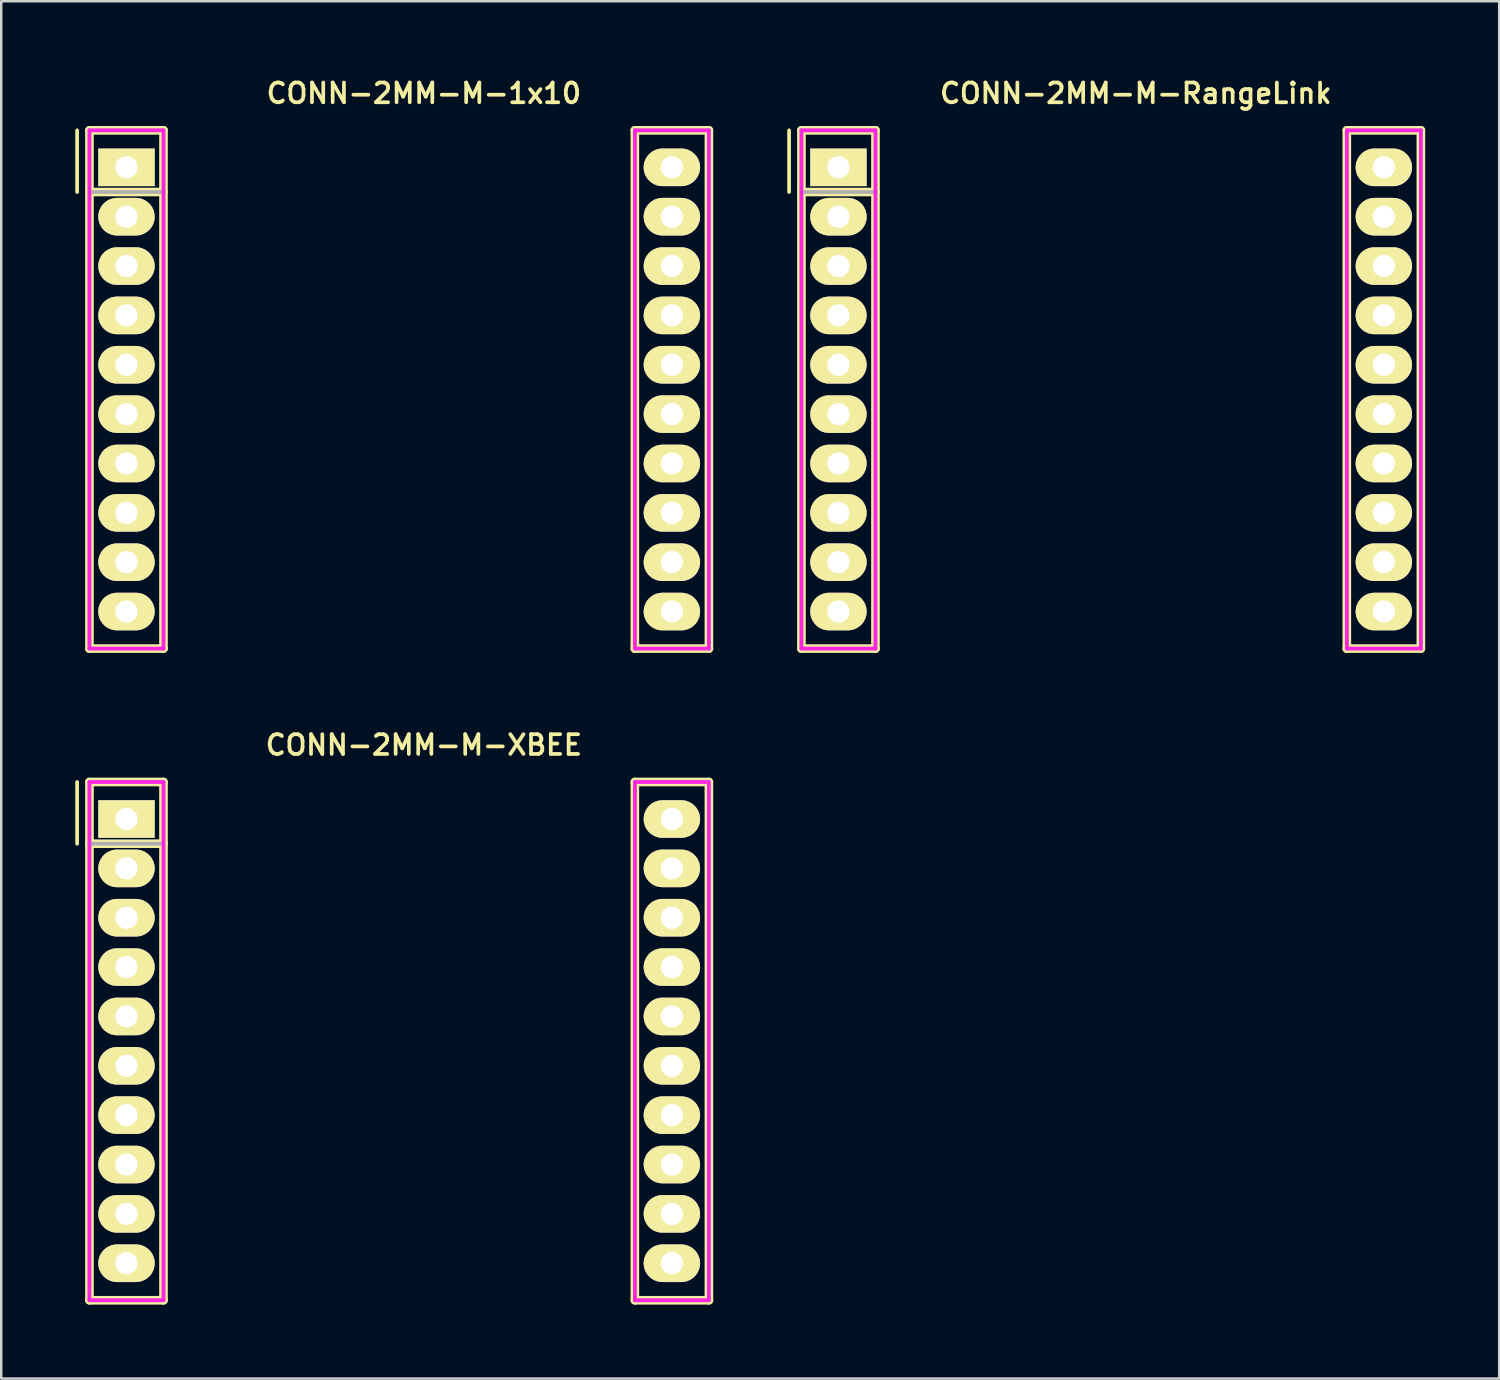
<source format=kicad_pcb>
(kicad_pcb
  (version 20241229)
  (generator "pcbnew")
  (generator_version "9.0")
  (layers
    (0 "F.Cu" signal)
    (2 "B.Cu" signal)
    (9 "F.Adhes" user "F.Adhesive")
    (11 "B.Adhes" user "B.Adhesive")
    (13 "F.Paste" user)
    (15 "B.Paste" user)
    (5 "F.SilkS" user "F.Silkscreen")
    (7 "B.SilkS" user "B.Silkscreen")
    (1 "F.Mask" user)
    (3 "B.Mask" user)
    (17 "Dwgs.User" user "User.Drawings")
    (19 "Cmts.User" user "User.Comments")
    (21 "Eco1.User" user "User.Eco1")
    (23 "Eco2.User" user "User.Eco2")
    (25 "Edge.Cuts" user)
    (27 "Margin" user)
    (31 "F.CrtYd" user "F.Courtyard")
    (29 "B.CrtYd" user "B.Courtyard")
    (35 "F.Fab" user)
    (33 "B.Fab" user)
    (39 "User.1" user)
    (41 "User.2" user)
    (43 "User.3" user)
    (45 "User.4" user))
  (footprint "CONN-2MM-M-RangeLink"
    (layer "F.Cu")
    (at 41.975 12.731)
    (property "Reference" "CONN-2MM-M-RangeLink" (at 1 -12 0) (layer "F.SilkS") (effects (font (size 0.8 0.8) (thickness 0.15))))
    (attr through_hole)
    (fp_line (start -13.05 -10.5) (end -13.05 -8) (stroke (width 0.15) (type solid)) (layer "F.SilkS"))
    (fp_line (start -12.55 -10.5) (end -9.55 -10.5) (stroke (width 0.35) (type solid)) (layer "F.SilkS"))
    (fp_line (start -12.55 10.5) (end -12.55 -10.5) (stroke (width 0.35) (type solid)) (layer "F.SilkS"))
    (fp_line (start -9.55 -10.5) (end -9.55 10.5) (stroke (width 0.35) (type solid)) (layer "F.SilkS"))
    (fp_line (start -9.55 -8) (end -12.55 -8) (stroke (width 0.35) (type solid)) (layer "F.SilkS"))
    (fp_line (start -9.55 10.5) (end -12.55 10.5) (stroke (width 0.35) (type solid)) (layer "F.SilkS"))
    (fp_line (start 9.55 -10.5) (end 12.55 -10.5) (stroke (width 0.35) (type solid)) (layer "F.SilkS"))
    (fp_line (start 9.55 10.5) (end 9.55 -10.5) (stroke (width 0.35) (type solid)) (layer "F.SilkS"))
    (fp_line (start 12.55 -10.5) (end 12.55 10.5) (stroke (width 0.35) (type solid)) (layer "F.SilkS"))
    (fp_line (start 12.55 10.5) (end 9.55 10.5) (stroke (width 0.35) (type solid)) (layer "F.SilkS"))
    (fp_line (start -12.55 -10.5) (end -9.55 -10.5) (stroke (width 0.15) (type solid)) (layer "F.CrtYd"))
    (fp_line (start -12.55 10.5) (end -12.55 -10.5) (stroke (width 0.15) (type solid)) (layer "F.CrtYd"))
    (fp_line (start -9.55 -10.5) (end -9.55 10.5) (stroke (width 0.15) (type solid)) (layer "F.CrtYd"))
    (fp_line (start -9.55 10.5) (end -12.55 10.5) (stroke (width 0.15) (type solid)) (layer "F.CrtYd"))
    (fp_line (start 9.55 -10.5) (end 12.55 -10.5) (stroke (width 0.15) (type solid)) (layer "F.CrtYd"))
    (fp_line (start 9.55 10.5) (end 9.55 -10.5) (stroke (width 0.15) (type solid)) (layer "F.CrtYd"))
    (fp_line (start 12.55 -10.5) (end 12.55 10.5) (stroke (width 0.15) (type solid)) (layer "F.CrtYd"))
    (fp_line (start 12.55 10.5) (end 9.55 10.5) (stroke (width 0.15) (type solid)) (layer "F.CrtYd"))
    (fp_line (start -12.55 -10.5) (end -9.55 -10.5) (stroke (width 0.15) (type solid)) (layer "F.Fab"))
    (fp_line (start -12.55 10.5) (end -12.55 -10.5) (stroke (width 0.15) (type solid)) (layer "F.Fab"))
    (fp_line (start -9.55 -10.5) (end -9.55 10.5) (stroke (width 0.15) (type solid)) (layer "F.Fab"))
    (fp_line (start -9.55 -8) (end -12.55 -8) (stroke (width 0.15) (type solid)) (layer "F.Fab"))
    (fp_line (start -9.55 10.5) (end -12.55 10.5) (stroke (width 0.15) (type solid)) (layer "F.Fab"))
    (fp_line (start 9.55 -10.5) (end 12.55 -10.5) (stroke (width 0.15) (type solid)) (layer "F.Fab"))
    (fp_line (start 9.55 10.5) (end 9.55 -10.5) (stroke (width 0.15) (type solid)) (layer "F.Fab"))
    (fp_line (start 12.55 -10.5) (end 12.55 10.5) (stroke (width 0.15) (type solid)) (layer "F.Fab"))
    (fp_line (start 12.55 10.5) (end 9.55 10.5) (stroke (width 0.15) (type solid)) (layer "F.Fab"))
    (pad "1" thru_hole rect (at -11.05 -9 270) (size 1.524 2.286) (drill 0.9) (layers "*.Cu" "*.Mask" "F.SilkS"))
    (pad "2" thru_hole oval (at -11.05 -7 270) (size 1.524 2.286) (drill 0.9) (layers "*.Cu" "*.Mask" "F.SilkS"))
    (pad "3" thru_hole oval (at -11.05 -5 270) (size 1.524 2.286) (drill 0.9) (layers "*.Cu" "*.Mask" "F.SilkS"))
    (pad "4" thru_hole oval (at -11.05 -3 270) (size 1.524 2.286) (drill 0.9) (layers "*.Cu" "*.Mask" "F.SilkS"))
    (pad "5" thru_hole oval (at -11.05 -1 270) (size 1.524 2.286) (drill 0.9) (layers "*.Cu" "*.Mask" "F.SilkS"))
    (pad "6" thru_hole oval (at -11.05 1 270) (size 1.524 2.286) (drill 0.9) (layers "*.Cu" "*.Mask" "F.SilkS"))
    (pad "7" thru_hole oval (at -11.05 3 270) (size 1.524 2.286) (drill 0.9) (layers "*.Cu" "*.Mask" "F.SilkS"))
    (pad "8" thru_hole oval (at -11.05 5 270) (size 1.524 2.286) (drill 0.9) (layers "*.Cu" "*.Mask" "F.SilkS"))
    (pad "9" thru_hole oval (at -11.05 7 270) (size 1.524 2.286) (drill 0.9) (layers "*.Cu" "*.Mask" "F.SilkS"))
    (pad "10" thru_hole oval (at -11.05 9 270) (size 1.524 2.286) (drill 0.9) (layers "*.Cu" "*.Mask" "F.SilkS"))
    (pad "11" thru_hole oval (at 11.05 9 270) (size 1.524 2.286) (drill 0.9) (layers "*.Cu" "*.Mask" "F.SilkS"))
    (pad "12" thru_hole oval (at 11.05 7 270) (size 1.524 2.286) (drill 0.9) (layers "*.Cu" "*.Mask" "F.SilkS"))
    (pad "13" thru_hole oval (at 11.05 5 270) (size 1.524 2.286) (drill 0.9) (layers "*.Cu" "*.Mask" "F.SilkS"))
    (pad "14" thru_hole oval (at 11.05 3 270) (size 1.524 2.286) (drill 0.9) (layers "*.Cu" "*.Mask" "F.SilkS"))
    (pad "15" thru_hole oval (at 11.05 1 270) (size 1.524 2.286) (drill 0.9) (layers "*.Cu" "*.Mask" "F.SilkS"))
    (pad "16" thru_hole oval (at 11.05 -1 270) (size 1.524 2.286) (drill 0.9) (layers "*.Cu" "*.Mask" "F.SilkS"))
    (pad "17" thru_hole oval (at 11.05 -3 270) (size 1.524 2.286) (drill 0.9) (layers "*.Cu" "*.Mask" "F.SilkS"))
    (pad "18" thru_hole oval (at 11.05 -5 270) (size 1.524 2.286) (drill 0.9) (layers "*.Cu" "*.Mask" "F.SilkS"))
    (pad "19" thru_hole oval (at 11.05 -7 270) (size 1.524 2.286) (drill 0.9) (layers "*.Cu" "*.Mask" "F.SilkS"))
    (pad "20" thru_hole oval (at 11.05 -9 270) (size 1.524 2.286) (drill 0.9) (layers "*.Cu" "*.Mask" "F.SilkS")))
  (footprint "CONN-2MM-M-XBEE"
    (layer "F.Cu")
    (at 13.125 39.138)
    (property "Reference" "CONN-2MM-M-XBEE" (at 1 -12 0) (layer "F.SilkS") (effects (font (size 0.8 0.8) (thickness 0.15))))
    (attr through_hole)
    (fp_line (start -13.05 -10.5) (end -13.05 -8) (stroke (width 0.15) (type solid)) (layer "F.SilkS"))
    (fp_line (start -12.55 -10.5) (end -9.55 -10.5) (stroke (width 0.35) (type solid)) (layer "F.SilkS"))
    (fp_line (start -12.55 10.5) (end -12.55 -10.5) (stroke (width 0.35) (type solid)) (layer "F.SilkS"))
    (fp_line (start -9.55 -10.5) (end -9.55 10.5) (stroke (width 0.35) (type solid)) (layer "F.SilkS"))
    (fp_line (start -9.55 -8) (end -12.55 -8) (stroke (width 0.35) (type solid)) (layer "F.SilkS"))
    (fp_line (start -9.55 10.5) (end -12.55 10.5) (stroke (width 0.35) (type solid)) (layer "F.SilkS"))
    (fp_line (start 9.55 -10.5) (end 12.55 -10.5) (stroke (width 0.35) (type solid)) (layer "F.SilkS"))
    (fp_line (start 9.55 10.5) (end 9.55 -10.5) (stroke (width 0.35) (type solid)) (layer "F.SilkS"))
    (fp_line (start 12.55 -10.5) (end 12.55 10.5) (stroke (width 0.35) (type solid)) (layer "F.SilkS"))
    (fp_line (start 12.55 10.5) (end 9.55 10.5) (stroke (width 0.35) (type solid)) (layer "F.SilkS"))
    (fp_line (start -12.55 -10.5) (end -9.55 -10.5) (stroke (width 0.15) (type solid)) (layer "F.CrtYd"))
    (fp_line (start -12.55 10.5) (end -12.55 -10.5) (stroke (width 0.15) (type solid)) (layer "F.CrtYd"))
    (fp_line (start -9.55 -10.5) (end -9.55 10.5) (stroke (width 0.15) (type solid)) (layer "F.CrtYd"))
    (fp_line (start -9.55 10.5) (end -12.55 10.5) (stroke (width 0.15) (type solid)) (layer "F.CrtYd"))
    (fp_line (start 9.55 -10.5) (end 12.55 -10.5) (stroke (width 0.15) (type solid)) (layer "F.CrtYd"))
    (fp_line (start 9.55 10.5) (end 9.55 -10.5) (stroke (width 0.15) (type solid)) (layer "F.CrtYd"))
    (fp_line (start 12.55 -10.5) (end 12.55 10.5) (stroke (width 0.15) (type solid)) (layer "F.CrtYd"))
    (fp_line (start 12.55 10.5) (end 9.55 10.5) (stroke (width 0.15) (type solid)) (layer "F.CrtYd"))
    (fp_line (start -12.55 -10.5) (end -9.55 -10.5) (stroke (width 0.15) (type solid)) (layer "F.Fab"))
    (fp_line (start -12.55 10.5) (end -12.55 -10.5) (stroke (width 0.15) (type solid)) (layer "F.Fab"))
    (fp_line (start -9.55 -10.5) (end -9.55 10.5) (stroke (width 0.15) (type solid)) (layer "F.Fab"))
    (fp_line (start -9.55 -8) (end -12.55 -8) (stroke (width 0.15) (type solid)) (layer "F.Fab"))
    (fp_line (start -9.55 10.5) (end -12.55 10.5) (stroke (width 0.15) (type solid)) (layer "F.Fab"))
    (fp_line (start 9.55 -10.5) (end 12.55 -10.5) (stroke (width 0.15) (type solid)) (layer "F.Fab"))
    (fp_line (start 9.55 10.5) (end 9.55 -10.5) (stroke (width 0.15) (type solid)) (layer "F.Fab"))
    (fp_line (start 12.55 -10.5) (end 12.55 10.5) (stroke (width 0.15) (type solid)) (layer "F.Fab"))
    (fp_line (start 12.55 10.5) (end 9.55 10.5) (stroke (width 0.15) (type solid)) (layer "F.Fab"))
    (pad "1" thru_hole rect (at -11.05 -9 270) (size 1.524 2.286) (drill 0.9) (layers "*.Cu" "*.Mask" "F.SilkS"))
    (pad "2" thru_hole oval (at -11.05 -7 270) (size 1.524 2.286) (drill 0.9) (layers "*.Cu" "*.Mask" "F.SilkS"))
    (pad "3" thru_hole oval (at -11.05 -5 270) (size 1.524 2.286) (drill 0.9) (layers "*.Cu" "*.Mask" "F.SilkS"))
    (pad "4" thru_hole oval (at -11.05 -3 270) (size 1.524 2.286) (drill 0.9) (layers "*.Cu" "*.Mask" "F.SilkS"))
    (pad "5" thru_hole oval (at -11.05 -1 270) (size 1.524 2.286) (drill 0.9) (layers "*.Cu" "*.Mask" "F.SilkS"))
    (pad "6" thru_hole oval (at -11.05 1 270) (size 1.524 2.286) (drill 0.9) (layers "*.Cu" "*.Mask" "F.SilkS"))
    (pad "7" thru_hole oval (at -11.05 3 270) (size 1.524 2.286) (drill 0.9) (layers "*.Cu" "*.Mask" "F.SilkS"))
    (pad "8" thru_hole oval (at -11.05 5 270) (size 1.524 2.286) (drill 0.9) (layers "*.Cu" "*.Mask" "F.SilkS"))
    (pad "9" thru_hole oval (at -11.05 7 270) (size 1.524 2.286) (drill 0.9) (layers "*.Cu" "*.Mask" "F.SilkS"))
    (pad "10" thru_hole oval (at -11.05 9 270) (size 1.524 2.286) (drill 0.9) (layers "*.Cu" "*.Mask" "F.SilkS"))
    (pad "11" thru_hole oval (at 11.05 9 270) (size 1.524 2.286) (drill 0.9) (layers "*.Cu" "*.Mask" "F.SilkS"))
    (pad "12" thru_hole oval (at 11.05 7 270) (size 1.524 2.286) (drill 0.9) (layers "*.Cu" "*.Mask" "F.SilkS"))
    (pad "13" thru_hole oval (at 11.05 5 270) (size 1.524 2.286) (drill 0.9) (layers "*.Cu" "*.Mask" "F.SilkS"))
    (pad "14" thru_hole oval (at 11.05 3 270) (size 1.524 2.286) (drill 0.9) (layers "*.Cu" "*.Mask" "F.SilkS"))
    (pad "15" thru_hole oval (at 11.05 1 270) (size 1.524 2.286) (drill 0.9) (layers "*.Cu" "*.Mask" "F.SilkS"))
    (pad "16" thru_hole oval (at 11.05 -1 270) (size 1.524 2.286) (drill 0.9) (layers "*.Cu" "*.Mask" "F.SilkS"))
    (pad "17" thru_hole oval (at 11.05 -3 270) (size 1.524 2.286) (drill 0.9) (layers "*.Cu" "*.Mask" "F.SilkS"))
    (pad "18" thru_hole oval (at 11.05 -5 270) (size 1.524 2.286) (drill 0.9) (layers "*.Cu" "*.Mask" "F.SilkS"))
    (pad "19" thru_hole oval (at 11.05 -7 270) (size 1.524 2.286) (drill 0.9) (layers "*.Cu" "*.Mask" "F.SilkS"))
    (pad "20" thru_hole oval (at 11.05 -9 270) (size 1.524 2.286) (drill 0.9) (layers "*.Cu" "*.Mask" "F.SilkS")))
  (footprint "CONN-2MM-M-1x10"
    (layer "F.Cu")
    (at 13.125 12.731)
    (property "Reference" "CONN-2MM-M-1x10" (at 1 -12 0) (layer "F.SilkS") (effects (font (size 0.8 0.8) (thickness 0.15))))
    (attr through_hole)
    (fp_line (start -13.05 -10.5) (end -13.05 -8) (stroke (width 0.15) (type solid)) (layer "F.SilkS"))
    (fp_line (start -12.55 -10.5) (end -9.55 -10.5) (stroke (width 0.35) (type solid)) (layer "F.SilkS"))
    (fp_line (start -12.55 10.5) (end -12.55 -10.5) (stroke (width 0.35) (type solid)) (layer "F.SilkS"))
    (fp_line (start -9.55 -10.5) (end -9.55 10.5) (stroke (width 0.35) (type solid)) (layer "F.SilkS"))
    (fp_line (start -9.55 -8) (end -12.55 -8) (stroke (width 0.35) (type solid)) (layer "F.SilkS"))
    (fp_line (start -9.55 10.5) (end -12.55 10.5) (stroke (width 0.35) (type solid)) (layer "F.SilkS"))
    (fp_line (start 9.55 -10.5) (end 12.55 -10.5) (stroke (width 0.35) (type solid)) (layer "F.SilkS"))
    (fp_line (start 9.55 10.5) (end 9.55 -10.5) (stroke (width 0.35) (type solid)) (layer "F.SilkS"))
    (fp_line (start 12.55 -10.5) (end 12.55 10.5) (stroke (width 0.35) (type solid)) (layer "F.SilkS"))
    (fp_line (start 12.55 10.5) (end 9.55 10.5) (stroke (width 0.35) (type solid)) (layer "F.SilkS"))
    (fp_line (start -12.55 -10.5) (end -9.55 -10.5) (stroke (width 0.15) (type solid)) (layer "F.CrtYd"))
    (fp_line (start -12.55 10.5) (end -12.55 -10.5) (stroke (width 0.15) (type solid)) (layer "F.CrtYd"))
    (fp_line (start -9.55 -10.5) (end -9.55 10.5) (stroke (width 0.15) (type solid)) (layer "F.CrtYd"))
    (fp_line (start -9.55 10.5) (end -12.55 10.5) (stroke (width 0.15) (type solid)) (layer "F.CrtYd"))
    (fp_line (start 9.55 -10.5) (end 12.55 -10.5) (stroke (width 0.15) (type solid)) (layer "F.CrtYd"))
    (fp_line (start 9.55 10.5) (end 9.55 -10.5) (stroke (width 0.15) (type solid)) (layer "F.CrtYd"))
    (fp_line (start 12.55 -10.5) (end 12.55 10.5) (stroke (width 0.15) (type solid)) (layer "F.CrtYd"))
    (fp_line (start 12.55 10.5) (end 9.55 10.5) (stroke (width 0.15) (type solid)) (layer "F.CrtYd"))
    (fp_line (start -12.55 -10.5) (end -9.55 -10.5) (stroke (width 0.15) (type solid)) (layer "F.Fab"))
    (fp_line (start -12.55 10.5) (end -12.55 -10.5) (stroke (width 0.15) (type solid)) (layer "F.Fab"))
    (fp_line (start -9.55 -10.5) (end -9.55 10.5) (stroke (width 0.15) (type solid)) (layer "F.Fab"))
    (fp_line (start -9.55 -8) (end -12.55 -8) (stroke (width 0.15) (type solid)) (layer "F.Fab"))
    (fp_line (start -9.55 10.5) (end -12.55 10.5) (stroke (width 0.15) (type solid)) (layer "F.Fab"))
    (fp_line (start 9.55 -10.5) (end 12.55 -10.5) (stroke (width 0.15) (type solid)) (layer "F.Fab"))
    (fp_line (start 9.55 10.5) (end 9.55 -10.5) (stroke (width 0.15) (type solid)) (layer "F.Fab"))
    (fp_line (start 12.55 -10.5) (end 12.55 10.5) (stroke (width 0.15) (type solid)) (layer "F.Fab"))
    (fp_line (start 12.55 10.5) (end 9.55 10.5) (stroke (width 0.15) (type solid)) (layer "F.Fab"))
    (pad "1" thru_hole rect (at -11.05 -9 270) (size 1.524 2.286) (drill 0.9) (layers "*.Cu" "*.Mask" "F.SilkS"))
    (pad "2" thru_hole oval (at -11.05 -7 270) (size 1.524 2.286) (drill 0.9) (layers "*.Cu" "*.Mask" "F.SilkS"))
    (pad "3" thru_hole oval (at -11.05 -5 270) (size 1.524 2.286) (drill 0.9) (layers "*.Cu" "*.Mask" "F.SilkS"))
    (pad "4" thru_hole oval (at -11.05 -3 270) (size 1.524 2.286) (drill 0.9) (layers "*.Cu" "*.Mask" "F.SilkS"))
    (pad "5" thru_hole oval (at -11.05 -1 270) (size 1.524 2.286) (drill 0.9) (layers "*.Cu" "*.Mask" "F.SilkS"))
    (pad "6" thru_hole oval (at -11.05 1 270) (size 1.524 2.286) (drill 0.9) (layers "*.Cu" "*.Mask" "F.SilkS"))
    (pad "7" thru_hole oval (at -11.05 3 270) (size 1.524 2.286) (drill 0.9) (layers "*.Cu" "*.Mask" "F.SilkS"))
    (pad "8" thru_hole oval (at -11.05 5 270) (size 1.524 2.286) (drill 0.9) (layers "*.Cu" "*.Mask" "F.SilkS"))
    (pad "9" thru_hole oval (at -11.05 7 270) (size 1.524 2.286) (drill 0.9) (layers "*.Cu" "*.Mask" "F.SilkS"))
    (pad "10" thru_hole oval (at -11.05 9 270) (size 1.524 2.286) (drill 0.9) (layers "*.Cu" "*.Mask" "F.SilkS"))
    (pad "11" thru_hole oval (at 11.05 9 270) (size 1.524 2.286) (drill 0.9) (layers "*.Cu" "*.Mask" "F.SilkS"))
    (pad "12" thru_hole oval (at 11.05 7 270) (size 1.524 2.286) (drill 0.9) (layers "*.Cu" "*.Mask" "F.SilkS"))
    (pad "13" thru_hole oval (at 11.05 5 270) (size 1.524 2.286) (drill 0.9) (layers "*.Cu" "*.Mask" "F.SilkS"))
    (pad "14" thru_hole oval (at 11.05 3 270) (size 1.524 2.286) (drill 0.9) (layers "*.Cu" "*.Mask" "F.SilkS"))
    (pad "15" thru_hole oval (at 11.05 1 270) (size 1.524 2.286) (drill 0.9) (layers "*.Cu" "*.Mask" "F.SilkS"))
    (pad "16" thru_hole oval (at 11.05 -1 270) (size 1.524 2.286) (drill 0.9) (layers "*.Cu" "*.Mask" "F.SilkS"))
    (pad "17" thru_hole oval (at 11.05 -3 270) (size 1.524 2.286) (drill 0.9) (layers "*.Cu" "*.Mask" "F.SilkS"))
    (pad "18" thru_hole oval (at 11.05 -5 270) (size 1.524 2.286) (drill 0.9) (layers "*.Cu" "*.Mask" "F.SilkS"))
    (pad "19" thru_hole oval (at 11.05 -7 270) (size 1.524 2.286) (drill 0.9) (layers "*.Cu" "*.Mask" "F.SilkS"))
    (pad "20" thru_hole oval (at 11.05 -9 270) (size 1.524 2.286) (drill 0.9) (layers "*.Cu" "*.Mask" "F.SilkS")))
  (gr_rect
    (start -3 -3)
    (end 57.7 52.812)
    (stroke (width 0.1) (type default))
    (fill no)
    (layer "Edge.Cuts")))
</source>
